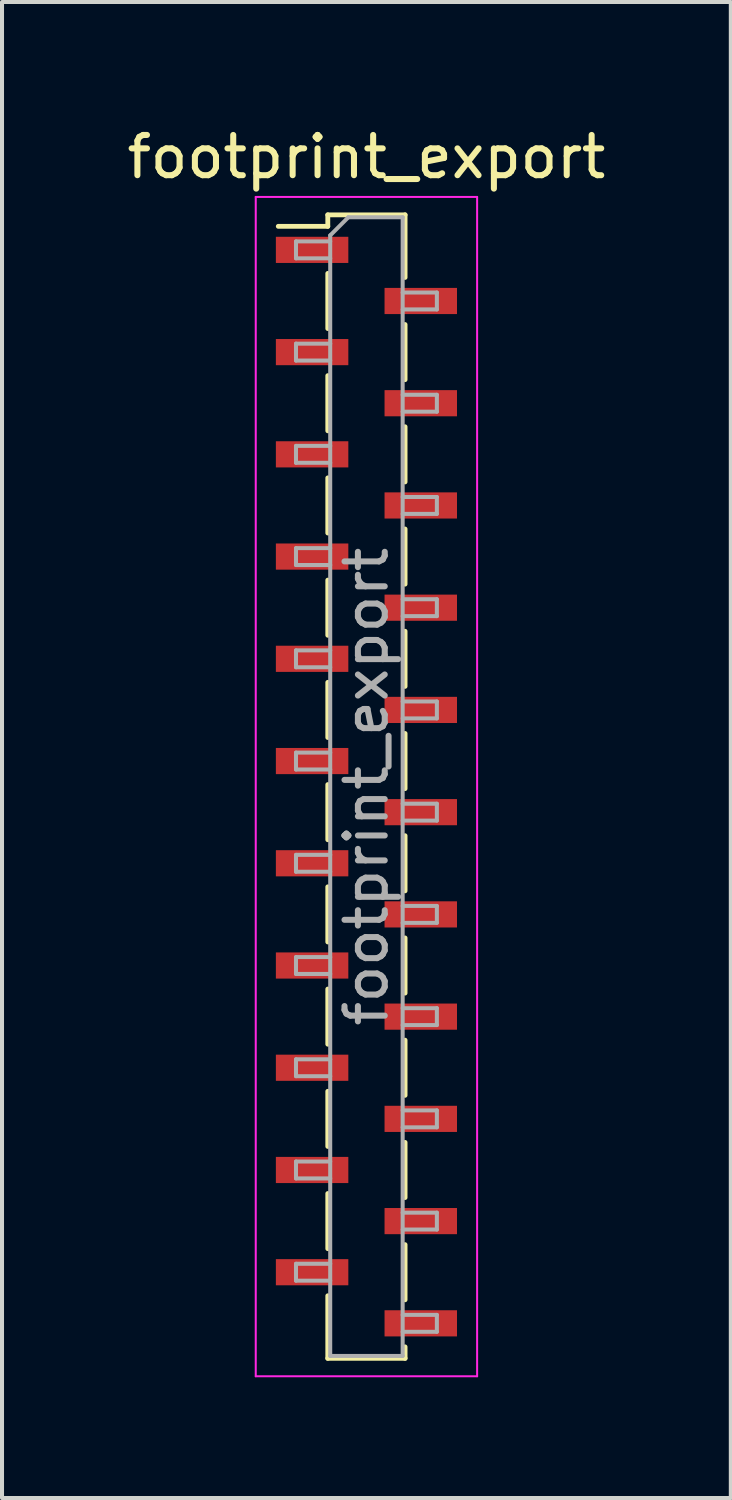
<source format=kicad_pcb>
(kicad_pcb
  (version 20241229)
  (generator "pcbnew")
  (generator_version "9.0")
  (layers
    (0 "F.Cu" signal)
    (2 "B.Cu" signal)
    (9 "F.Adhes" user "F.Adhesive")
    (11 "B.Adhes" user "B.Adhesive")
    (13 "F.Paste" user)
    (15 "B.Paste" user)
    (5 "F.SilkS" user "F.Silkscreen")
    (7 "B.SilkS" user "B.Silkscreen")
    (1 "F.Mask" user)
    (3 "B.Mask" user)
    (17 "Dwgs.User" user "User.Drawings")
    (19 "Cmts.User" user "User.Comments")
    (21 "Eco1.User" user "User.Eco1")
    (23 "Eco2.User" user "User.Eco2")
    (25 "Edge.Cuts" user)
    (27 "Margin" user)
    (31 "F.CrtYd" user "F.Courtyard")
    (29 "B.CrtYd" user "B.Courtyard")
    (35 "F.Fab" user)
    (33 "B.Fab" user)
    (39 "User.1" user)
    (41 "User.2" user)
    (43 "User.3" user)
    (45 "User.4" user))
  (footprint "footprint_export"
    (layer "F.Cu")
    (at 6.054 16.493)
    (property "Reference" "footprint_export" (at 0 -15.645 0) (layer "F.SilkS") (effects (font (size 1 1) (thickness 0.15))))
    (attr smd)
    (fp_line (start -2.19 -13.92) (end -0.96 -13.92) (stroke (width 0.12) (type solid)) (layer "F.SilkS"))
    (fp_line (start -0.96 -14.205) (end -0.96 -13.92) (stroke (width 0.12) (type solid)) (layer "F.SilkS"))
    (fp_line (start -0.96 -14.205) (end 0.96 -14.205) (stroke (width 0.12) (type solid)) (layer "F.SilkS"))
    (fp_line (start -0.96 -12.75) (end -0.96 -11.38) (stroke (width 0.12) (type solid)) (layer "F.SilkS"))
    (fp_line (start -0.96 -10.21) (end -0.96 -8.84) (stroke (width 0.12) (type solid)) (layer "F.SilkS"))
    (fp_line (start -0.96 -7.67) (end -0.96 -6.3) (stroke (width 0.12) (type solid)) (layer "F.SilkS"))
    (fp_line (start -0.96 -5.13) (end -0.96 -3.76) (stroke (width 0.12) (type solid)) (layer "F.SilkS"))
    (fp_line (start -0.96 -2.59) (end -0.96 -1.22) (stroke (width 0.12) (type solid)) (layer "F.SilkS"))
    (fp_line (start -0.96 -0.05) (end -0.96 1.32) (stroke (width 0.12) (type solid)) (layer "F.SilkS"))
    (fp_line (start -0.96 2.49) (end -0.96 3.86) (stroke (width 0.12) (type solid)) (layer "F.SilkS"))
    (fp_line (start -0.96 5.03) (end -0.96 6.4) (stroke (width 0.12) (type solid)) (layer "F.SilkS"))
    (fp_line (start -0.96 7.57) (end -0.96 8.94) (stroke (width 0.12) (type solid)) (layer "F.SilkS"))
    (fp_line (start -0.96 10.11) (end -0.96 11.48) (stroke (width 0.12) (type solid)) (layer "F.SilkS"))
    (fp_line (start -0.96 12.65) (end -0.96 14.205) (stroke (width 0.12) (type solid)) (layer "F.SilkS"))
    (fp_line (start -0.96 14.205) (end 0.96 14.205) (stroke (width 0.12) (type solid)) (layer "F.SilkS"))
    (fp_line (start 0.96 -14.205) (end 0.96 -12.65) (stroke (width 0.12) (type solid)) (layer "F.SilkS"))
    (fp_line (start 0.96 -11.48) (end 0.96 -10.11) (stroke (width 0.12) (type solid)) (layer "F.SilkS"))
    (fp_line (start 0.96 -8.94) (end 0.96 -7.57) (stroke (width 0.12) (type solid)) (layer "F.SilkS"))
    (fp_line (start 0.96 -6.4) (end 0.96 -5.03) (stroke (width 0.12) (type solid)) (layer "F.SilkS"))
    (fp_line (start 0.96 -3.86) (end 0.96 -2.49) (stroke (width 0.12) (type solid)) (layer "F.SilkS"))
    (fp_line (start 0.96 -1.32) (end 0.96 0.05) (stroke (width 0.12) (type solid)) (layer "F.SilkS"))
    (fp_line (start 0.96 1.22) (end 0.96 2.59) (stroke (width 0.12) (type solid)) (layer "F.SilkS"))
    (fp_line (start 0.96 3.76) (end 0.96 5.13) (stroke (width 0.12) (type solid)) (layer "F.SilkS"))
    (fp_line (start 0.96 6.3) (end 0.96 7.67) (stroke (width 0.12) (type solid)) (layer "F.SilkS"))
    (fp_line (start 0.96 8.84) (end 0.96 10.21) (stroke (width 0.12) (type solid)) (layer "F.SilkS"))
    (fp_line (start 0.96 11.38) (end 0.96 12.75) (stroke (width 0.12) (type solid)) (layer "F.SilkS"))
    (fp_line (start 0.96 13.92) (end 0.96 14.205) (stroke (width 0.12) (type solid)) (layer "F.SilkS"))
    (fp_line (start -2.75 -14.65) (end 2.75 -14.65) (stroke (width 0.05) (type solid)) (layer "F.CrtYd"))
    (fp_line (start -2.75 14.65) (end -2.75 -14.65) (stroke (width 0.05) (type solid)) (layer "F.CrtYd"))
    (fp_line (start 2.75 -14.65) (end 2.75 14.65) (stroke (width 0.05) (type solid)) (layer "F.CrtYd"))
    (fp_line (start 2.75 14.65) (end -2.75 14.65) (stroke (width 0.05) (type solid)) (layer "F.CrtYd"))
    (fp_line (start -1.75 -13.545) (end -0.9 -13.545) (stroke (width 0.1) (type solid)) (layer "F.Fab"))
    (fp_line (start -1.75 -13.125) (end -1.75 -13.545) (stroke (width 0.1) (type solid)) (layer "F.Fab"))
    (fp_line (start -1.75 -11.005) (end -0.9 -11.005) (stroke (width 0.1) (type solid)) (layer "F.Fab"))
    (fp_line (start -1.75 -10.585) (end -1.75 -11.005) (stroke (width 0.1) (type solid)) (layer "F.Fab"))
    (fp_line (start -1.75 -8.465) (end -0.9 -8.465) (stroke (width 0.1) (type solid)) (layer "F.Fab"))
    (fp_line (start -1.75 -8.045) (end -1.75 -8.465) (stroke (width 0.1) (type solid)) (layer "F.Fab"))
    (fp_line (start -1.75 -5.925) (end -0.9 -5.925) (stroke (width 0.1) (type solid)) (layer "F.Fab"))
    (fp_line (start -1.75 -5.505) (end -1.75 -5.925) (stroke (width 0.1) (type solid)) (layer "F.Fab"))
    (fp_line (start -1.75 -3.385) (end -0.9 -3.385) (stroke (width 0.1) (type solid)) (layer "F.Fab"))
    (fp_line (start -1.75 -2.965) (end -1.75 -3.385) (stroke (width 0.1) (type solid)) (layer "F.Fab"))
    (fp_line (start -1.75 -0.845) (end -0.9 -0.845) (stroke (width 0.1) (type solid)) (layer "F.Fab"))
    (fp_line (start -1.75 -0.425) (end -1.75 -0.845) (stroke (width 0.1) (type solid)) (layer "F.Fab"))
    (fp_line (start -1.75 1.695) (end -0.9 1.695) (stroke (width 0.1) (type solid)) (layer "F.Fab"))
    (fp_line (start -1.75 2.115) (end -1.75 1.695) (stroke (width 0.1) (type solid)) (layer "F.Fab"))
    (fp_line (start -1.75 4.235) (end -0.9 4.235) (stroke (width 0.1) (type solid)) (layer "F.Fab"))
    (fp_line (start -1.75 4.655) (end -1.75 4.235) (stroke (width 0.1) (type solid)) (layer "F.Fab"))
    (fp_line (start -1.75 6.775) (end -0.9 6.775) (stroke (width 0.1) (type solid)) (layer "F.Fab"))
    (fp_line (start -1.75 7.195) (end -1.75 6.775) (stroke (width 0.1) (type solid)) (layer "F.Fab"))
    (fp_line (start -1.75 9.315) (end -0.9 9.315) (stroke (width 0.1) (type solid)) (layer "F.Fab"))
    (fp_line (start -1.75 9.735) (end -1.75 9.315) (stroke (width 0.1) (type solid)) (layer "F.Fab"))
    (fp_line (start -1.75 11.855) (end -0.9 11.855) (stroke (width 0.1) (type solid)) (layer "F.Fab"))
    (fp_line (start -1.75 12.275) (end -1.75 11.855) (stroke (width 0.1) (type solid)) (layer "F.Fab"))
    (fp_line (start -0.9 -13.695) (end -0.45 -14.145) (stroke (width 0.1) (type solid)) (layer "F.Fab"))
    (fp_line (start -0.9 -13.125) (end -1.75 -13.125) (stroke (width 0.1) (type solid)) (layer "F.Fab"))
    (fp_line (start -0.9 -10.585) (end -1.75 -10.585) (stroke (width 0.1) (type solid)) (layer "F.Fab"))
    (fp_line (start -0.9 -8.045) (end -1.75 -8.045) (stroke (width 0.1) (type solid)) (layer "F.Fab"))
    (fp_line (start -0.9 -5.505) (end -1.75 -5.505) (stroke (width 0.1) (type solid)) (layer "F.Fab"))
    (fp_line (start -0.9 -2.965) (end -1.75 -2.965) (stroke (width 0.1) (type solid)) (layer "F.Fab"))
    (fp_line (start -0.9 -0.425) (end -1.75 -0.425) (stroke (width 0.1) (type solid)) (layer "F.Fab"))
    (fp_line (start -0.9 2.115) (end -1.75 2.115) (stroke (width 0.1) (type solid)) (layer "F.Fab"))
    (fp_line (start -0.9 4.655) (end -1.75 4.655) (stroke (width 0.1) (type solid)) (layer "F.Fab"))
    (fp_line (start -0.9 7.195) (end -1.75 7.195) (stroke (width 0.1) (type solid)) (layer "F.Fab"))
    (fp_line (start -0.9 9.735) (end -1.75 9.735) (stroke (width 0.1) (type solid)) (layer "F.Fab"))
    (fp_line (start -0.9 12.275) (end -1.75 12.275) (stroke (width 0.1) (type solid)) (layer "F.Fab"))
    (fp_line (start -0.9 14.145) (end -0.9 -13.695) (stroke (width 0.1) (type solid)) (layer "F.Fab"))
    (fp_line (start -0.45 -14.145) (end 0.9 -14.145) (stroke (width 0.1) (type solid)) (layer "F.Fab"))
    (fp_line (start 0.9 -14.145) (end 0.9 14.145) (stroke (width 0.1) (type solid)) (layer "F.Fab"))
    (fp_line (start 0.9 -12.275) (end 1.75 -12.275) (stroke (width 0.1) (type solid)) (layer "F.Fab"))
    (fp_line (start 0.9 -9.735) (end 1.75 -9.735) (stroke (width 0.1) (type solid)) (layer "F.Fab"))
    (fp_line (start 0.9 -7.195) (end 1.75 -7.195) (stroke (width 0.1) (type solid)) (layer "F.Fab"))
    (fp_line (start 0.9 -4.655) (end 1.75 -4.655) (stroke (width 0.1) (type solid)) (layer "F.Fab"))
    (fp_line (start 0.9 -2.115) (end 1.75 -2.115) (stroke (width 0.1) (type solid)) (layer "F.Fab"))
    (fp_line (start 0.9 0.425) (end 1.75 0.425) (stroke (width 0.1) (type solid)) (layer "F.Fab"))
    (fp_line (start 0.9 2.965) (end 1.75 2.965) (stroke (width 0.1) (type solid)) (layer "F.Fab"))
    (fp_line (start 0.9 5.505) (end 1.75 5.505) (stroke (width 0.1) (type solid)) (layer "F.Fab"))
    (fp_line (start 0.9 8.045) (end 1.75 8.045) (stroke (width 0.1) (type solid)) (layer "F.Fab"))
    (fp_line (start 0.9 10.585) (end 1.75 10.585) (stroke (width 0.1) (type solid)) (layer "F.Fab"))
    (fp_line (start 0.9 13.125) (end 1.75 13.125) (stroke (width 0.1) (type solid)) (layer "F.Fab"))
    (fp_line (start 0.9 14.145) (end -0.9 14.145) (stroke (width 0.1) (type solid)) (layer "F.Fab"))
    (fp_line (start 1.75 -12.275) (end 1.75 -11.855) (stroke (width 0.1) (type solid)) (layer "F.Fab"))
    (fp_line (start 1.75 -11.855) (end 0.9 -11.855) (stroke (width 0.1) (type solid)) (layer "F.Fab"))
    (fp_line (start 1.75 -9.735) (end 1.75 -9.315) (stroke (width 0.1) (type solid)) (layer "F.Fab"))
    (fp_line (start 1.75 -9.315) (end 0.9 -9.315) (stroke (width 0.1) (type solid)) (layer "F.Fab"))
    (fp_line (start 1.75 -7.195) (end 1.75 -6.775) (stroke (width 0.1) (type solid)) (layer "F.Fab"))
    (fp_line (start 1.75 -6.775) (end 0.9 -6.775) (stroke (width 0.1) (type solid)) (layer "F.Fab"))
    (fp_line (start 1.75 -4.655) (end 1.75 -4.235) (stroke (width 0.1) (type solid)) (layer "F.Fab"))
    (fp_line (start 1.75 -4.235) (end 0.9 -4.235) (stroke (width 0.1) (type solid)) (layer "F.Fab"))
    (fp_line (start 1.75 -2.115) (end 1.75 -1.695) (stroke (width 0.1) (type solid)) (layer "F.Fab"))
    (fp_line (start 1.75 -1.695) (end 0.9 -1.695) (stroke (width 0.1) (type solid)) (layer "F.Fab"))
    (fp_line (start 1.75 0.425) (end 1.75 0.845) (stroke (width 0.1) (type solid)) (layer "F.Fab"))
    (fp_line (start 1.75 0.845) (end 0.9 0.845) (stroke (width 0.1) (type solid)) (layer "F.Fab"))
    (fp_line (start 1.75 2.965) (end 1.75 3.385) (stroke (width 0.1) (type solid)) (layer "F.Fab"))
    (fp_line (start 1.75 3.385) (end 0.9 3.385) (stroke (width 0.1) (type solid)) (layer "F.Fab"))
    (fp_line (start 1.75 5.505) (end 1.75 5.925) (stroke (width 0.1) (type solid)) (layer "F.Fab"))
    (fp_line (start 1.75 5.925) (end 0.9 5.925) (stroke (width 0.1) (type solid)) (layer "F.Fab"))
    (fp_line (start 1.75 8.045) (end 1.75 8.465) (stroke (width 0.1) (type solid)) (layer "F.Fab"))
    (fp_line (start 1.75 8.465) (end 0.9 8.465) (stroke (width 0.1) (type solid)) (layer "F.Fab"))
    (fp_line (start 1.75 10.585) (end 1.75 11.005) (stroke (width 0.1) (type solid)) (layer "F.Fab"))
    (fp_line (start 1.75 11.005) (end 0.9 11.005) (stroke (width 0.1) (type solid)) (layer "F.Fab"))
    (fp_line (start 1.75 13.125) (end 1.75 13.545) (stroke (width 0.1) (type solid)) (layer "F.Fab"))
    (fp_line (start 1.75 13.545) (end 0.9 13.545) (stroke (width 0.1) (type solid)) (layer "F.Fab"))
    (fp_text user "${REFERENCE}" (at 0 0 90) (layer "F.Fab") (effects (font (size 1 1) (thickness 0.15))))
    (pad "1" smd rect (at -1.35 -13.335) (size 1.8 0.65) (layers "F.Cu" "F.Mask" "F.Paste"))
    (pad "2" smd rect (at 1.35 -12.065) (size 1.8 0.65) (layers "F.Cu" "F.Mask" "F.Paste"))
    (pad "3" smd rect (at -1.35 -10.795) (size 1.8 0.65) (layers "F.Cu" "F.Mask" "F.Paste"))
    (pad "4" smd rect (at 1.35 -9.525) (size 1.8 0.65) (layers "F.Cu" "F.Mask" "F.Paste"))
    (pad "5" smd rect (at -1.35 -8.255) (size 1.8 0.65) (layers "F.Cu" "F.Mask" "F.Paste"))
    (pad "6" smd rect (at 1.35 -6.985) (size 1.8 0.65) (layers "F.Cu" "F.Mask" "F.Paste"))
    (pad "7" smd rect (at -1.35 -5.715) (size 1.8 0.65) (layers "F.Cu" "F.Mask" "F.Paste"))
    (pad "8" smd rect (at 1.35 -4.445) (size 1.8 0.65) (layers "F.Cu" "F.Mask" "F.Paste"))
    (pad "9" smd rect (at -1.35 -3.175) (size 1.8 0.65) (layers "F.Cu" "F.Mask" "F.Paste"))
    (pad "10" smd rect (at 1.35 -1.905) (size 1.8 0.65) (layers "F.Cu" "F.Mask" "F.Paste"))
    (pad "11" smd rect (at -1.35 -0.635) (size 1.8 0.65) (layers "F.Cu" "F.Mask" "F.Paste"))
    (pad "12" smd rect (at 1.35 0.635) (size 1.8 0.65) (layers "F.Cu" "F.Mask" "F.Paste"))
    (pad "13" smd rect (at -1.35 1.905) (size 1.8 0.65) (layers "F.Cu" "F.Mask" "F.Paste"))
    (pad "14" smd rect (at 1.35 3.175) (size 1.8 0.65) (layers "F.Cu" "F.Mask" "F.Paste"))
    (pad "15" smd rect (at -1.35 4.445) (size 1.8 0.65) (layers "F.Cu" "F.Mask" "F.Paste"))
    (pad "16" smd rect (at 1.35 5.715) (size 1.8 0.65) (layers "F.Cu" "F.Mask" "F.Paste"))
    (pad "17" smd rect (at -1.35 6.985) (size 1.8 0.65) (layers "F.Cu" "F.Mask" "F.Paste"))
    (pad "18" smd rect (at 1.35 8.255) (size 1.8 0.65) (layers "F.Cu" "F.Mask" "F.Paste"))
    (pad "19" smd rect (at -1.35 9.525) (size 1.8 0.65) (layers "F.Cu" "F.Mask" "F.Paste"))
    (pad "20" smd rect (at 1.35 10.795) (size 1.8 0.65) (layers "F.Cu" "F.Mask" "F.Paste"))
    (pad "21" smd rect (at -1.35 12.065) (size 1.8 0.65) (layers "F.Cu" "F.Mask" "F.Paste"))
    (pad "22" smd rect (at 1.35 13.335) (size 1.8 0.65) (layers "F.Cu" "F.Mask" "F.Paste")))
  (gr_rect
    (start -3 -3)
    (end 15.107 34.168)
    (stroke (width 0.1) (type default))
    (fill no)
    (layer "Edge.Cuts")))
</source>
